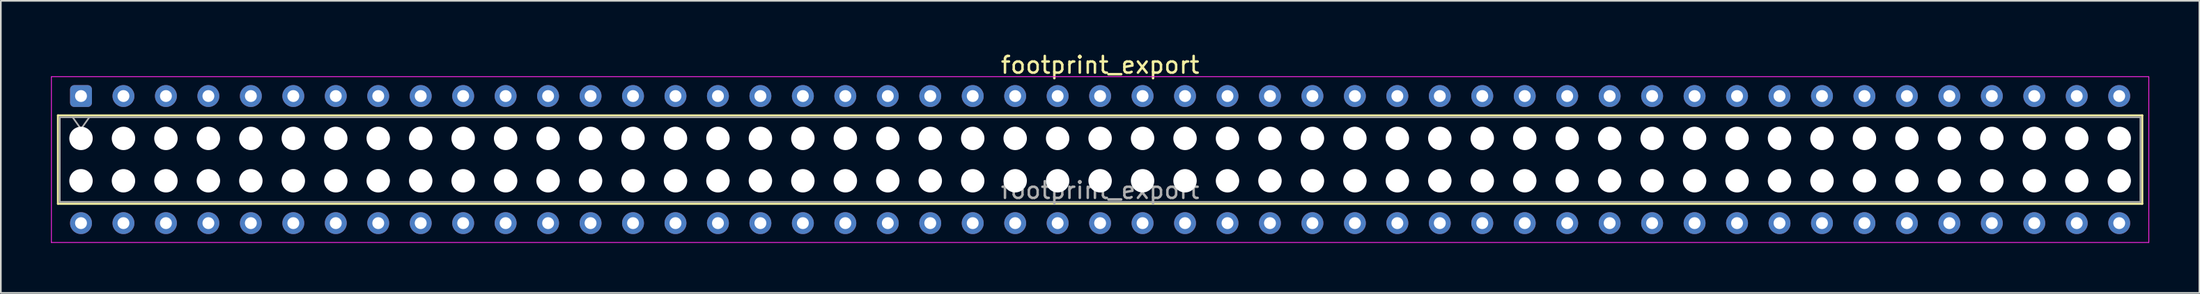
<source format=kicad_pcb>
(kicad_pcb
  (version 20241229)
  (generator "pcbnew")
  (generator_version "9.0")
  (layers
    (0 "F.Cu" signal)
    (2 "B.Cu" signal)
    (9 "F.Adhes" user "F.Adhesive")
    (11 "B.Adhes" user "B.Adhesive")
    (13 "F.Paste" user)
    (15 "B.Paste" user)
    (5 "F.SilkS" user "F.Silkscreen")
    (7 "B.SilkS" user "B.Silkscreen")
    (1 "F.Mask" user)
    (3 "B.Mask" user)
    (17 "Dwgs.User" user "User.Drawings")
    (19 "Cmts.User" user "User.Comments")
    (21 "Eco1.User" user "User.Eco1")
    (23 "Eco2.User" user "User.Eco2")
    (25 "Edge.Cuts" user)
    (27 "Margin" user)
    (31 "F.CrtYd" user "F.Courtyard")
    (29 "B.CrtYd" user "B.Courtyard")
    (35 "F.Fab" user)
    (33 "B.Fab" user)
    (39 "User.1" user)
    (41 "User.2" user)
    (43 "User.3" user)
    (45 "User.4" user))
  (footprint "footprint_export"
    (layer "F.Cu")
    (at 1.795 2.708)
    (property "Reference" "footprint_export" (at 60.96 -1.86 0) (layer "F.SilkS") (effects (font (size 1 1) (thickness 0.15))))
    (attr through_hole)
    (fp_line (start -1.38 1.16) (end 123.3 1.16) (stroke (width 0.12) (type solid)) (layer "F.SilkS"))
    (fp_line (start -1.38 6.46) (end -1.38 1.16) (stroke (width 0.12) (type solid)) (layer "F.SilkS"))
    (fp_line (start 123.3 1.16) (end 123.3 6.46) (stroke (width 0.12) (type solid)) (layer "F.SilkS"))
    (fp_line (start 123.3 6.46) (end -1.38 6.46) (stroke (width 0.12) (type solid)) (layer "F.SilkS"))
    (fp_line (start -1.77 -1.16) (end 123.69 -1.16) (stroke (width 0.05) (type solid)) (layer "F.CrtYd"))
    (fp_line (start -1.77 8.78) (end -1.77 -1.16) (stroke (width 0.05) (type solid)) (layer "F.CrtYd"))
    (fp_line (start 123.69 -1.16) (end 123.69 8.78) (stroke (width 0.05) (type solid)) (layer "F.CrtYd"))
    (fp_line (start 123.69 8.78) (end -1.77 8.78) (stroke (width 0.05) (type solid)) (layer "F.CrtYd"))
    (fp_line (start -1.27 1.27) (end 123.19 1.27) (stroke (width 0.1) (type solid)) (layer "F.Fab"))
    (fp_line (start -1.27 6.35) (end -1.27 1.27) (stroke (width 0.1) (type solid)) (layer "F.Fab"))
    (fp_line (start -0.5 1.27) (end 0 1.977) (stroke (width 0.1) (type solid)) (layer "F.Fab"))
    (fp_line (start 0 1.977) (end 0.5 1.27) (stroke (width 0.1) (type solid)) (layer "F.Fab"))
    (fp_line (start 123.19 1.27) (end 123.19 6.35) (stroke (width 0.1) (type solid)) (layer "F.Fab"))
    (fp_line (start 123.19 6.35) (end -1.27 6.35) (stroke (width 0.1) (type solid)) (layer "F.Fab"))
    (fp_text user "${REFERENCE}" (at 60.96 5.65 0) (layer "F.Fab") (effects (font (size 1 1) (thickness 0.15))))
    (pad "" np_thru_hole circle (at 0 2.54) (size 1.4 1.4) (drill 1.4) (layers "*.Cu" "*.Mask"))
    (pad "" np_thru_hole circle (at 0 5.08) (size 1.4 1.4) (drill 1.4) (layers "*.Cu" "*.Mask"))
    (pad "" np_thru_hole circle (at 2.54 2.54) (size 1.4 1.4) (drill 1.4) (layers "*.Cu" "*.Mask"))
    (pad "" np_thru_hole circle (at 2.54 5.08) (size 1.4 1.4) (drill 1.4) (layers "*.Cu" "*.Mask"))
    (pad "" np_thru_hole circle (at 5.08 2.54) (size 1.4 1.4) (drill 1.4) (layers "*.Cu" "*.Mask"))
    (pad "" np_thru_hole circle (at 5.08 5.08) (size 1.4 1.4) (drill 1.4) (layers "*.Cu" "*.Mask"))
    (pad "" np_thru_hole circle (at 7.62 2.54) (size 1.4 1.4) (drill 1.4) (layers "*.Cu" "*.Mask"))
    (pad "" np_thru_hole circle (at 7.62 5.08) (size 1.4 1.4) (drill 1.4) (layers "*.Cu" "*.Mask"))
    (pad "" np_thru_hole circle (at 10.16 2.54) (size 1.4 1.4) (drill 1.4) (layers "*.Cu" "*.Mask"))
    (pad "" np_thru_hole circle (at 10.16 5.08) (size 1.4 1.4) (drill 1.4) (layers "*.Cu" "*.Mask"))
    (pad "" np_thru_hole circle (at 12.7 2.54) (size 1.4 1.4) (drill 1.4) (layers "*.Cu" "*.Mask"))
    (pad "" np_thru_hole circle (at 12.7 5.08) (size 1.4 1.4) (drill 1.4) (layers "*.Cu" "*.Mask"))
    (pad "" np_thru_hole circle (at 15.24 2.54) (size 1.4 1.4) (drill 1.4) (layers "*.Cu" "*.Mask"))
    (pad "" np_thru_hole circle (at 15.24 5.08) (size 1.4 1.4) (drill 1.4) (layers "*.Cu" "*.Mask"))
    (pad "" np_thru_hole circle (at 17.78 2.54) (size 1.4 1.4) (drill 1.4) (layers "*.Cu" "*.Mask"))
    (pad "" np_thru_hole circle (at 17.78 5.08) (size 1.4 1.4) (drill 1.4) (layers "*.Cu" "*.Mask"))
    (pad "" np_thru_hole circle (at 20.32 2.54) (size 1.4 1.4) (drill 1.4) (layers "*.Cu" "*.Mask"))
    (pad "" np_thru_hole circle (at 20.32 5.08) (size 1.4 1.4) (drill 1.4) (layers "*.Cu" "*.Mask"))
    (pad "" np_thru_hole circle (at 22.86 2.54) (size 1.4 1.4) (drill 1.4) (layers "*.Cu" "*.Mask"))
    (pad "" np_thru_hole circle (at 22.86 5.08) (size 1.4 1.4) (drill 1.4) (layers "*.Cu" "*.Mask"))
    (pad "" np_thru_hole circle (at 25.4 2.54) (size 1.4 1.4) (drill 1.4) (layers "*.Cu" "*.Mask"))
    (pad "" np_thru_hole circle (at 25.4 5.08) (size 1.4 1.4) (drill 1.4) (layers "*.Cu" "*.Mask"))
    (pad "" np_thru_hole circle (at 27.94 2.54) (size 1.4 1.4) (drill 1.4) (layers "*.Cu" "*.Mask"))
    (pad "" np_thru_hole circle (at 27.94 5.08) (size 1.4 1.4) (drill 1.4) (layers "*.Cu" "*.Mask"))
    (pad "" np_thru_hole circle (at 30.48 2.54) (size 1.4 1.4) (drill 1.4) (layers "*.Cu" "*.Mask"))
    (pad "" np_thru_hole circle (at 30.48 5.08) (size 1.4 1.4) (drill 1.4) (layers "*.Cu" "*.Mask"))
    (pad "" np_thru_hole circle (at 33.02 2.54) (size 1.4 1.4) (drill 1.4) (layers "*.Cu" "*.Mask"))
    (pad "" np_thru_hole circle (at 33.02 5.08) (size 1.4 1.4) (drill 1.4) (layers "*.Cu" "*.Mask"))
    (pad "" np_thru_hole circle (at 35.56 2.54) (size 1.4 1.4) (drill 1.4) (layers "*.Cu" "*.Mask"))
    (pad "" np_thru_hole circle (at 35.56 5.08) (size 1.4 1.4) (drill 1.4) (layers "*.Cu" "*.Mask"))
    (pad "" np_thru_hole circle (at 38.1 2.54) (size 1.4 1.4) (drill 1.4) (layers "*.Cu" "*.Mask"))
    (pad "" np_thru_hole circle (at 38.1 5.08) (size 1.4 1.4) (drill 1.4) (layers "*.Cu" "*.Mask"))
    (pad "" np_thru_hole circle (at 40.64 2.54) (size 1.4 1.4) (drill 1.4) (layers "*.Cu" "*.Mask"))
    (pad "" np_thru_hole circle (at 40.64 5.08) (size 1.4 1.4) (drill 1.4) (layers "*.Cu" "*.Mask"))
    (pad "" np_thru_hole circle (at 43.18 2.54) (size 1.4 1.4) (drill 1.4) (layers "*.Cu" "*.Mask"))
    (pad "" np_thru_hole circle (at 43.18 5.08) (size 1.4 1.4) (drill 1.4) (layers "*.Cu" "*.Mask"))
    (pad "" np_thru_hole circle (at 45.72 2.54) (size 1.4 1.4) (drill 1.4) (layers "*.Cu" "*.Mask"))
    (pad "" np_thru_hole circle (at 45.72 5.08) (size 1.4 1.4) (drill 1.4) (layers "*.Cu" "*.Mask"))
    (pad "" np_thru_hole circle (at 48.26 2.54) (size 1.4 1.4) (drill 1.4) (layers "*.Cu" "*.Mask"))
    (pad "" np_thru_hole circle (at 48.26 5.08) (size 1.4 1.4) (drill 1.4) (layers "*.Cu" "*.Mask"))
    (pad "" np_thru_hole circle (at 50.8 2.54) (size 1.4 1.4) (drill 1.4) (layers "*.Cu" "*.Mask"))
    (pad "" np_thru_hole circle (at 50.8 5.08) (size 1.4 1.4) (drill 1.4) (layers "*.Cu" "*.Mask"))
    (pad "" np_thru_hole circle (at 53.34 2.54) (size 1.4 1.4) (drill 1.4) (layers "*.Cu" "*.Mask"))
    (pad "" np_thru_hole circle (at 53.34 5.08) (size 1.4 1.4) (drill 1.4) (layers "*.Cu" "*.Mask"))
    (pad "" np_thru_hole circle (at 55.88 2.54) (size 1.4 1.4) (drill 1.4) (layers "*.Cu" "*.Mask"))
    (pad "" np_thru_hole circle (at 55.88 5.08) (size 1.4 1.4) (drill 1.4) (layers "*.Cu" "*.Mask"))
    (pad "" np_thru_hole circle (at 58.42 2.54) (size 1.4 1.4) (drill 1.4) (layers "*.Cu" "*.Mask"))
    (pad "" np_thru_hole circle (at 58.42 5.08) (size 1.4 1.4) (drill 1.4) (layers "*.Cu" "*.Mask"))
    (pad "" np_thru_hole circle (at 60.96 2.54) (size 1.4 1.4) (drill 1.4) (layers "*.Cu" "*.Mask"))
    (pad "" np_thru_hole circle (at 60.96 5.08) (size 1.4 1.4) (drill 1.4) (layers "*.Cu" "*.Mask"))
    (pad "" np_thru_hole circle (at 63.5 2.54) (size 1.4 1.4) (drill 1.4) (layers "*.Cu" "*.Mask"))
    (pad "" np_thru_hole circle (at 63.5 5.08) (size 1.4 1.4) (drill 1.4) (layers "*.Cu" "*.Mask"))
    (pad "" np_thru_hole circle (at 66.04 2.54) (size 1.4 1.4) (drill 1.4) (layers "*.Cu" "*.Mask"))
    (pad "" np_thru_hole circle (at 66.04 5.08) (size 1.4 1.4) (drill 1.4) (layers "*.Cu" "*.Mask"))
    (pad "" np_thru_hole circle (at 68.58 2.54) (size 1.4 1.4) (drill 1.4) (layers "*.Cu" "*.Mask"))
    (pad "" np_thru_hole circle (at 68.58 5.08) (size 1.4 1.4) (drill 1.4) (layers "*.Cu" "*.Mask"))
    (pad "" np_thru_hole circle (at 71.12 2.54) (size 1.4 1.4) (drill 1.4) (layers "*.Cu" "*.Mask"))
    (pad "" np_thru_hole circle (at 71.12 5.08) (size 1.4 1.4) (drill 1.4) (layers "*.Cu" "*.Mask"))
    (pad "" np_thru_hole circle (at 73.66 2.54) (size 1.4 1.4) (drill 1.4) (layers "*.Cu" "*.Mask"))
    (pad "" np_thru_hole circle (at 73.66 5.08) (size 1.4 1.4) (drill 1.4) (layers "*.Cu" "*.Mask"))
    (pad "" np_thru_hole circle (at 76.2 2.54) (size 1.4 1.4) (drill 1.4) (layers "*.Cu" "*.Mask"))
    (pad "" np_thru_hole circle (at 76.2 5.08) (size 1.4 1.4) (drill 1.4) (layers "*.Cu" "*.Mask"))
    (pad "" np_thru_hole circle (at 78.74 2.54) (size 1.4 1.4) (drill 1.4) (layers "*.Cu" "*.Mask"))
    (pad "" np_thru_hole circle (at 78.74 5.08) (size 1.4 1.4) (drill 1.4) (layers "*.Cu" "*.Mask"))
    (pad "" np_thru_hole circle (at 81.28 2.54) (size 1.4 1.4) (drill 1.4) (layers "*.Cu" "*.Mask"))
    (pad "" np_thru_hole circle (at 81.28 5.08) (size 1.4 1.4) (drill 1.4) (layers "*.Cu" "*.Mask"))
    (pad "" np_thru_hole circle (at 83.82 2.54) (size 1.4 1.4) (drill 1.4) (layers "*.Cu" "*.Mask"))
    (pad "" np_thru_hole circle (at 83.82 5.08) (size 1.4 1.4) (drill 1.4) (layers "*.Cu" "*.Mask"))
    (pad "" np_thru_hole circle (at 86.36 2.54) (size 1.4 1.4) (drill 1.4) (layers "*.Cu" "*.Mask"))
    (pad "" np_thru_hole circle (at 86.36 5.08) (size 1.4 1.4) (drill 1.4) (layers "*.Cu" "*.Mask"))
    (pad "" np_thru_hole circle (at 88.9 2.54) (size 1.4 1.4) (drill 1.4) (layers "*.Cu" "*.Mask"))
    (pad "" np_thru_hole circle (at 88.9 5.08) (size 1.4 1.4) (drill 1.4) (layers "*.Cu" "*.Mask"))
    (pad "" np_thru_hole circle (at 91.44 2.54) (size 1.4 1.4) (drill 1.4) (layers "*.Cu" "*.Mask"))
    (pad "" np_thru_hole circle (at 91.44 5.08) (size 1.4 1.4) (drill 1.4) (layers "*.Cu" "*.Mask"))
    (pad "" np_thru_hole circle (at 93.98 2.54) (size 1.4 1.4) (drill 1.4) (layers "*.Cu" "*.Mask"))
    (pad "" np_thru_hole circle (at 93.98 5.08) (size 1.4 1.4) (drill 1.4) (layers "*.Cu" "*.Mask"))
    (pad "" np_thru_hole circle (at 96.52 2.54) (size 1.4 1.4) (drill 1.4) (layers "*.Cu" "*.Mask"))
    (pad "" np_thru_hole circle (at 96.52 5.08) (size 1.4 1.4) (drill 1.4) (layers "*.Cu" "*.Mask"))
    (pad "" np_thru_hole circle (at 99.06 2.54) (size 1.4 1.4) (drill 1.4) (layers "*.Cu" "*.Mask"))
    (pad "" np_thru_hole circle (at 99.06 5.08) (size 1.4 1.4) (drill 1.4) (layers "*.Cu" "*.Mask"))
    (pad "" np_thru_hole circle (at 101.6 2.54) (size 1.4 1.4) (drill 1.4) (layers "*.Cu" "*.Mask"))
    (pad "" np_thru_hole circle (at 101.6 5.08) (size 1.4 1.4) (drill 1.4) (layers "*.Cu" "*.Mask"))
    (pad "" np_thru_hole circle (at 104.14 2.54) (size 1.4 1.4) (drill 1.4) (layers "*.Cu" "*.Mask"))
    (pad "" np_thru_hole circle (at 104.14 5.08) (size 1.4 1.4) (drill 1.4) (layers "*.Cu" "*.Mask"))
    (pad "" np_thru_hole circle (at 106.68 2.54) (size 1.4 1.4) (drill 1.4) (layers "*.Cu" "*.Mask"))
    (pad "" np_thru_hole circle (at 106.68 5.08) (size 1.4 1.4) (drill 1.4) (layers "*.Cu" "*.Mask"))
    (pad "" np_thru_hole circle (at 109.22 2.54) (size 1.4 1.4) (drill 1.4) (layers "*.Cu" "*.Mask"))
    (pad "" np_thru_hole circle (at 109.22 5.08) (size 1.4 1.4) (drill 1.4) (layers "*.Cu" "*.Mask"))
    (pad "" np_thru_hole circle (at 111.76 2.54) (size 1.4 1.4) (drill 1.4) (layers "*.Cu" "*.Mask"))
    (pad "" np_thru_hole circle (at 111.76 5.08) (size 1.4 1.4) (drill 1.4) (layers "*.Cu" "*.Mask"))
    (pad "" np_thru_hole circle (at 114.3 2.54) (size 1.4 1.4) (drill 1.4) (layers "*.Cu" "*.Mask"))
    (pad "" np_thru_hole circle (at 114.3 5.08) (size 1.4 1.4) (drill 1.4) (layers "*.Cu" "*.Mask"))
    (pad "" np_thru_hole circle (at 116.84 2.54) (size 1.4 1.4) (drill 1.4) (layers "*.Cu" "*.Mask"))
    (pad "" np_thru_hole circle (at 116.84 5.08) (size 1.4 1.4) (drill 1.4) (layers "*.Cu" "*.Mask"))
    (pad "" np_thru_hole circle (at 119.38 2.54) (size 1.4 1.4) (drill 1.4) (layers "*.Cu" "*.Mask"))
    (pad "" np_thru_hole circle (at 119.38 5.08) (size 1.4 1.4) (drill 1.4) (layers "*.Cu" "*.Mask"))
    (pad "" np_thru_hole circle (at 121.92 2.54) (size 1.4 1.4) (drill 1.4) (layers "*.Cu" "*.Mask"))
    (pad "" np_thru_hole circle (at 121.92 5.08) (size 1.4 1.4) (drill 1.4) (layers "*.Cu" "*.Mask"))
    (pad "1" thru_hole roundrect (at 0 0) (size 1.31 1.31) (drill 0.71) (layers "*.Cu" "*.Mask") (roundrect_rratio 0.191))
    (pad "2" thru_hole circle (at 0 7.62) (size 1.31 1.31) (drill 0.71) (layers "*.Cu" "*.Mask"))
    (pad "3" thru_hole circle (at 2.54 0) (size 1.31 1.31) (drill 0.71) (layers "*.Cu" "*.Mask"))
    (pad "4" thru_hole circle (at 2.54 7.62) (size 1.31 1.31) (drill 0.71) (layers "*.Cu" "*.Mask"))
    (pad "5" thru_hole circle (at 5.08 0) (size 1.31 1.31) (drill 0.71) (layers "*.Cu" "*.Mask"))
    (pad "6" thru_hole circle (at 5.08 7.62) (size 1.31 1.31) (drill 0.71) (layers "*.Cu" "*.Mask"))
    (pad "7" thru_hole circle (at 7.62 0) (size 1.31 1.31) (drill 0.71) (layers "*.Cu" "*.Mask"))
    (pad "8" thru_hole circle (at 7.62 7.62) (size 1.31 1.31) (drill 0.71) (layers "*.Cu" "*.Mask"))
    (pad "9" thru_hole circle (at 10.16 0) (size 1.31 1.31) (drill 0.71) (layers "*.Cu" "*.Mask"))
    (pad "10" thru_hole circle (at 10.16 7.62) (size 1.31 1.31) (drill 0.71) (layers "*.Cu" "*.Mask"))
    (pad "11" thru_hole circle (at 12.7 0) (size 1.31 1.31) (drill 0.71) (layers "*.Cu" "*.Mask"))
    (pad "12" thru_hole circle (at 12.7 7.62) (size 1.31 1.31) (drill 0.71) (layers "*.Cu" "*.Mask"))
    (pad "13" thru_hole circle (at 15.24 0) (size 1.31 1.31) (drill 0.71) (layers "*.Cu" "*.Mask"))
    (pad "14" thru_hole circle (at 15.24 7.62) (size 1.31 1.31) (drill 0.71) (layers "*.Cu" "*.Mask"))
    (pad "15" thru_hole circle (at 17.78 0) (size 1.31 1.31) (drill 0.71) (layers "*.Cu" "*.Mask"))
    (pad "16" thru_hole circle (at 17.78 7.62) (size 1.31 1.31) (drill 0.71) (layers "*.Cu" "*.Mask"))
    (pad "17" thru_hole circle (at 20.32 0) (size 1.31 1.31) (drill 0.71) (layers "*.Cu" "*.Mask"))
    (pad "18" thru_hole circle (at 20.32 7.62) (size 1.31 1.31) (drill 0.71) (layers "*.Cu" "*.Mask"))
    (pad "19" thru_hole circle (at 22.86 0) (size 1.31 1.31) (drill 0.71) (layers "*.Cu" "*.Mask"))
    (pad "20" thru_hole circle (at 22.86 7.62) (size 1.31 1.31) (drill 0.71) (layers "*.Cu" "*.Mask"))
    (pad "21" thru_hole circle (at 25.4 0) (size 1.31 1.31) (drill 0.71) (layers "*.Cu" "*.Mask"))
    (pad "22" thru_hole circle (at 25.4 7.62) (size 1.31 1.31) (drill 0.71) (layers "*.Cu" "*.Mask"))
    (pad "23" thru_hole circle (at 27.94 0) (size 1.31 1.31) (drill 0.71) (layers "*.Cu" "*.Mask"))
    (pad "24" thru_hole circle (at 27.94 7.62) (size 1.31 1.31) (drill 0.71) (layers "*.Cu" "*.Mask"))
    (pad "25" thru_hole circle (at 30.48 0) (size 1.31 1.31) (drill 0.71) (layers "*.Cu" "*.Mask"))
    (pad "26" thru_hole circle (at 30.48 7.62) (size 1.31 1.31) (drill 0.71) (layers "*.Cu" "*.Mask"))
    (pad "27" thru_hole circle (at 33.02 0) (size 1.31 1.31) (drill 0.71) (layers "*.Cu" "*.Mask"))
    (pad "28" thru_hole circle (at 33.02 7.62) (size 1.31 1.31) (drill 0.71) (layers "*.Cu" "*.Mask"))
    (pad "29" thru_hole circle (at 35.56 0) (size 1.31 1.31) (drill 0.71) (layers "*.Cu" "*.Mask"))
    (pad "30" thru_hole circle (at 35.56 7.62) (size 1.31 1.31) (drill 0.71) (layers "*.Cu" "*.Mask"))
    (pad "31" thru_hole circle (at 38.1 0) (size 1.31 1.31) (drill 0.71) (layers "*.Cu" "*.Mask"))
    (pad "32" thru_hole circle (at 38.1 7.62) (size 1.31 1.31) (drill 0.71) (layers "*.Cu" "*.Mask"))
    (pad "33" thru_hole circle (at 40.64 0) (size 1.31 1.31) (drill 0.71) (layers "*.Cu" "*.Mask"))
    (pad "34" thru_hole circle (at 40.64 7.62) (size 1.31 1.31) (drill 0.71) (layers "*.Cu" "*.Mask"))
    (pad "35" thru_hole circle (at 43.18 0) (size 1.31 1.31) (drill 0.71) (layers "*.Cu" "*.Mask"))
    (pad "36" thru_hole circle (at 43.18 7.62) (size 1.31 1.31) (drill 0.71) (layers "*.Cu" "*.Mask"))
    (pad "37" thru_hole circle (at 45.72 0) (size 1.31 1.31) (drill 0.71) (layers "*.Cu" "*.Mask"))
    (pad "38" thru_hole circle (at 45.72 7.62) (size 1.31 1.31) (drill 0.71) (layers "*.Cu" "*.Mask"))
    (pad "39" thru_hole circle (at 48.26 0) (size 1.31 1.31) (drill 0.71) (layers "*.Cu" "*.Mask"))
    (pad "40" thru_hole circle (at 48.26 7.62) (size 1.31 1.31) (drill 0.71) (layers "*.Cu" "*.Mask"))
    (pad "41" thru_hole circle (at 50.8 0) (size 1.31 1.31) (drill 0.71) (layers "*.Cu" "*.Mask"))
    (pad "42" thru_hole circle (at 50.8 7.62) (size 1.31 1.31) (drill 0.71) (layers "*.Cu" "*.Mask"))
    (pad "43" thru_hole circle (at 53.34 0) (size 1.31 1.31) (drill 0.71) (layers "*.Cu" "*.Mask"))
    (pad "44" thru_hole circle (at 53.34 7.62) (size 1.31 1.31) (drill 0.71) (layers "*.Cu" "*.Mask"))
    (pad "45" thru_hole circle (at 55.88 0) (size 1.31 1.31) (drill 0.71) (layers "*.Cu" "*.Mask"))
    (pad "46" thru_hole circle (at 55.88 7.62) (size 1.31 1.31) (drill 0.71) (layers "*.Cu" "*.Mask"))
    (pad "47" thru_hole circle (at 58.42 0) (size 1.31 1.31) (drill 0.71) (layers "*.Cu" "*.Mask"))
    (pad "48" thru_hole circle (at 58.42 7.62) (size 1.31 1.31) (drill 0.71) (layers "*.Cu" "*.Mask"))
    (pad "49" thru_hole circle (at 60.96 0) (size 1.31 1.31) (drill 0.71) (layers "*.Cu" "*.Mask"))
    (pad "50" thru_hole circle (at 60.96 7.62) (size 1.31 1.31) (drill 0.71) (layers "*.Cu" "*.Mask"))
    (pad "51" thru_hole circle (at 63.5 0) (size 1.31 1.31) (drill 0.71) (layers "*.Cu" "*.Mask"))
    (pad "52" thru_hole circle (at 63.5 7.62) (size 1.31 1.31) (drill 0.71) (layers "*.Cu" "*.Mask"))
    (pad "53" thru_hole circle (at 66.04 0) (size 1.31 1.31) (drill 0.71) (layers "*.Cu" "*.Mask"))
    (pad "54" thru_hole circle (at 66.04 7.62) (size 1.31 1.31) (drill 0.71) (layers "*.Cu" "*.Mask"))
    (pad "55" thru_hole circle (at 68.58 0) (size 1.31 1.31) (drill 0.71) (layers "*.Cu" "*.Mask"))
    (pad "56" thru_hole circle (at 68.58 7.62) (size 1.31 1.31) (drill 0.71) (layers "*.Cu" "*.Mask"))
    (pad "57" thru_hole circle (at 71.12 0) (size 1.31 1.31) (drill 0.71) (layers "*.Cu" "*.Mask"))
    (pad "58" thru_hole circle (at 71.12 7.62) (size 1.31 1.31) (drill 0.71) (layers "*.Cu" "*.Mask"))
    (pad "59" thru_hole circle (at 73.66 0) (size 1.31 1.31) (drill 0.71) (layers "*.Cu" "*.Mask"))
    (pad "60" thru_hole circle (at 73.66 7.62) (size 1.31 1.31) (drill 0.71) (layers "*.Cu" "*.Mask"))
    (pad "61" thru_hole circle (at 76.2 0) (size 1.31 1.31) (drill 0.71) (layers "*.Cu" "*.Mask"))
    (pad "62" thru_hole circle (at 76.2 7.62) (size 1.31 1.31) (drill 0.71) (layers "*.Cu" "*.Mask"))
    (pad "63" thru_hole circle (at 78.74 0) (size 1.31 1.31) (drill 0.71) (layers "*.Cu" "*.Mask"))
    (pad "64" thru_hole circle (at 78.74 7.62) (size 1.31 1.31) (drill 0.71) (layers "*.Cu" "*.Mask"))
    (pad "65" thru_hole circle (at 81.28 0) (size 1.31 1.31) (drill 0.71) (layers "*.Cu" "*.Mask"))
    (pad "66" thru_hole circle (at 81.28 7.62) (size 1.31 1.31) (drill 0.71) (layers "*.Cu" "*.Mask"))
    (pad "67" thru_hole circle (at 83.82 0) (size 1.31 1.31) (drill 0.71) (layers "*.Cu" "*.Mask"))
    (pad "68" thru_hole circle (at 83.82 7.62) (size 1.31 1.31) (drill 0.71) (layers "*.Cu" "*.Mask"))
    (pad "69" thru_hole circle (at 86.36 0) (size 1.31 1.31) (drill 0.71) (layers "*.Cu" "*.Mask"))
    (pad "70" thru_hole circle (at 86.36 7.62) (size 1.31 1.31) (drill 0.71) (layers "*.Cu" "*.Mask"))
    (pad "71" thru_hole circle (at 88.9 0) (size 1.31 1.31) (drill 0.71) (layers "*.Cu" "*.Mask"))
    (pad "72" thru_hole circle (at 88.9 7.62) (size 1.31 1.31) (drill 0.71) (layers "*.Cu" "*.Mask"))
    (pad "73" thru_hole circle (at 91.44 0) (size 1.31 1.31) (drill 0.71) (layers "*.Cu" "*.Mask"))
    (pad "74" thru_hole circle (at 91.44 7.62) (size 1.31 1.31) (drill 0.71) (layers "*.Cu" "*.Mask"))
    (pad "75" thru_hole circle (at 93.98 0) (size 1.31 1.31) (drill 0.71) (layers "*.Cu" "*.Mask"))
    (pad "76" thru_hole circle (at 93.98 7.62) (size 1.31 1.31) (drill 0.71) (layers "*.Cu" "*.Mask"))
    (pad "77" thru_hole circle (at 96.52 0) (size 1.31 1.31) (drill 0.71) (layers "*.Cu" "*.Mask"))
    (pad "78" thru_hole circle (at 96.52 7.62) (size 1.31 1.31) (drill 0.71) (layers "*.Cu" "*.Mask"))
    (pad "79" thru_hole circle (at 99.06 0) (size 1.31 1.31) (drill 0.71) (layers "*.Cu" "*.Mask"))
    (pad "80" thru_hole circle (at 99.06 7.62) (size 1.31 1.31) (drill 0.71) (layers "*.Cu" "*.Mask"))
    (pad "81" thru_hole circle (at 101.6 0) (size 1.31 1.31) (drill 0.71) (layers "*.Cu" "*.Mask"))
    (pad "82" thru_hole circle (at 101.6 7.62) (size 1.31 1.31) (drill 0.71) (layers "*.Cu" "*.Mask"))
    (pad "83" thru_hole circle (at 104.14 0) (size 1.31 1.31) (drill 0.71) (layers "*.Cu" "*.Mask"))
    (pad "84" thru_hole circle (at 104.14 7.62) (size 1.31 1.31) (drill 0.71) (layers "*.Cu" "*.Mask"))
    (pad "85" thru_hole circle (at 106.68 0) (size 1.31 1.31) (drill 0.71) (layers "*.Cu" "*.Mask"))
    (pad "86" thru_hole circle (at 106.68 7.62) (size 1.31 1.31) (drill 0.71) (layers "*.Cu" "*.Mask"))
    (pad "87" thru_hole circle (at 109.22 0) (size 1.31 1.31) (drill 0.71) (layers "*.Cu" "*.Mask"))
    (pad "88" thru_hole circle (at 109.22 7.62) (size 1.31 1.31) (drill 0.71) (layers "*.Cu" "*.Mask"))
    (pad "89" thru_hole circle (at 111.76 0) (size 1.31 1.31) (drill 0.71) (layers "*.Cu" "*.Mask"))
    (pad "90" thru_hole circle (at 111.76 7.62) (size 1.31 1.31) (drill 0.71) (layers "*.Cu" "*.Mask"))
    (pad "91" thru_hole circle (at 114.3 0) (size 1.31 1.31) (drill 0.71) (layers "*.Cu" "*.Mask"))
    (pad "92" thru_hole circle (at 114.3 7.62) (size 1.31 1.31) (drill 0.71) (layers "*.Cu" "*.Mask"))
    (pad "93" thru_hole circle (at 116.84 0) (size 1.31 1.31) (drill 0.71) (layers "*.Cu" "*.Mask"))
    (pad "94" thru_hole circle (at 116.84 7.62) (size 1.31 1.31) (drill 0.71) (layers "*.Cu" "*.Mask"))
    (pad "95" thru_hole circle (at 119.38 0) (size 1.31 1.31) (drill 0.71) (layers "*.Cu" "*.Mask"))
    (pad "96" thru_hole circle (at 119.38 7.62) (size 1.31 1.31) (drill 0.71) (layers "*.Cu" "*.Mask"))
    (pad "97" thru_hole circle (at 121.92 0) (size 1.31 1.31) (drill 0.71) (layers "*.Cu" "*.Mask"))
    (pad "98" thru_hole circle (at 121.92 7.62) (size 1.31 1.31) (drill 0.71) (layers "*.Cu" "*.Mask")))
  (gr_rect
    (start -3 -3)
    (end 128.51 14.513)
    (stroke (width 0.1) (type default))
    (fill no)
    (layer "Edge.Cuts")))
</source>
